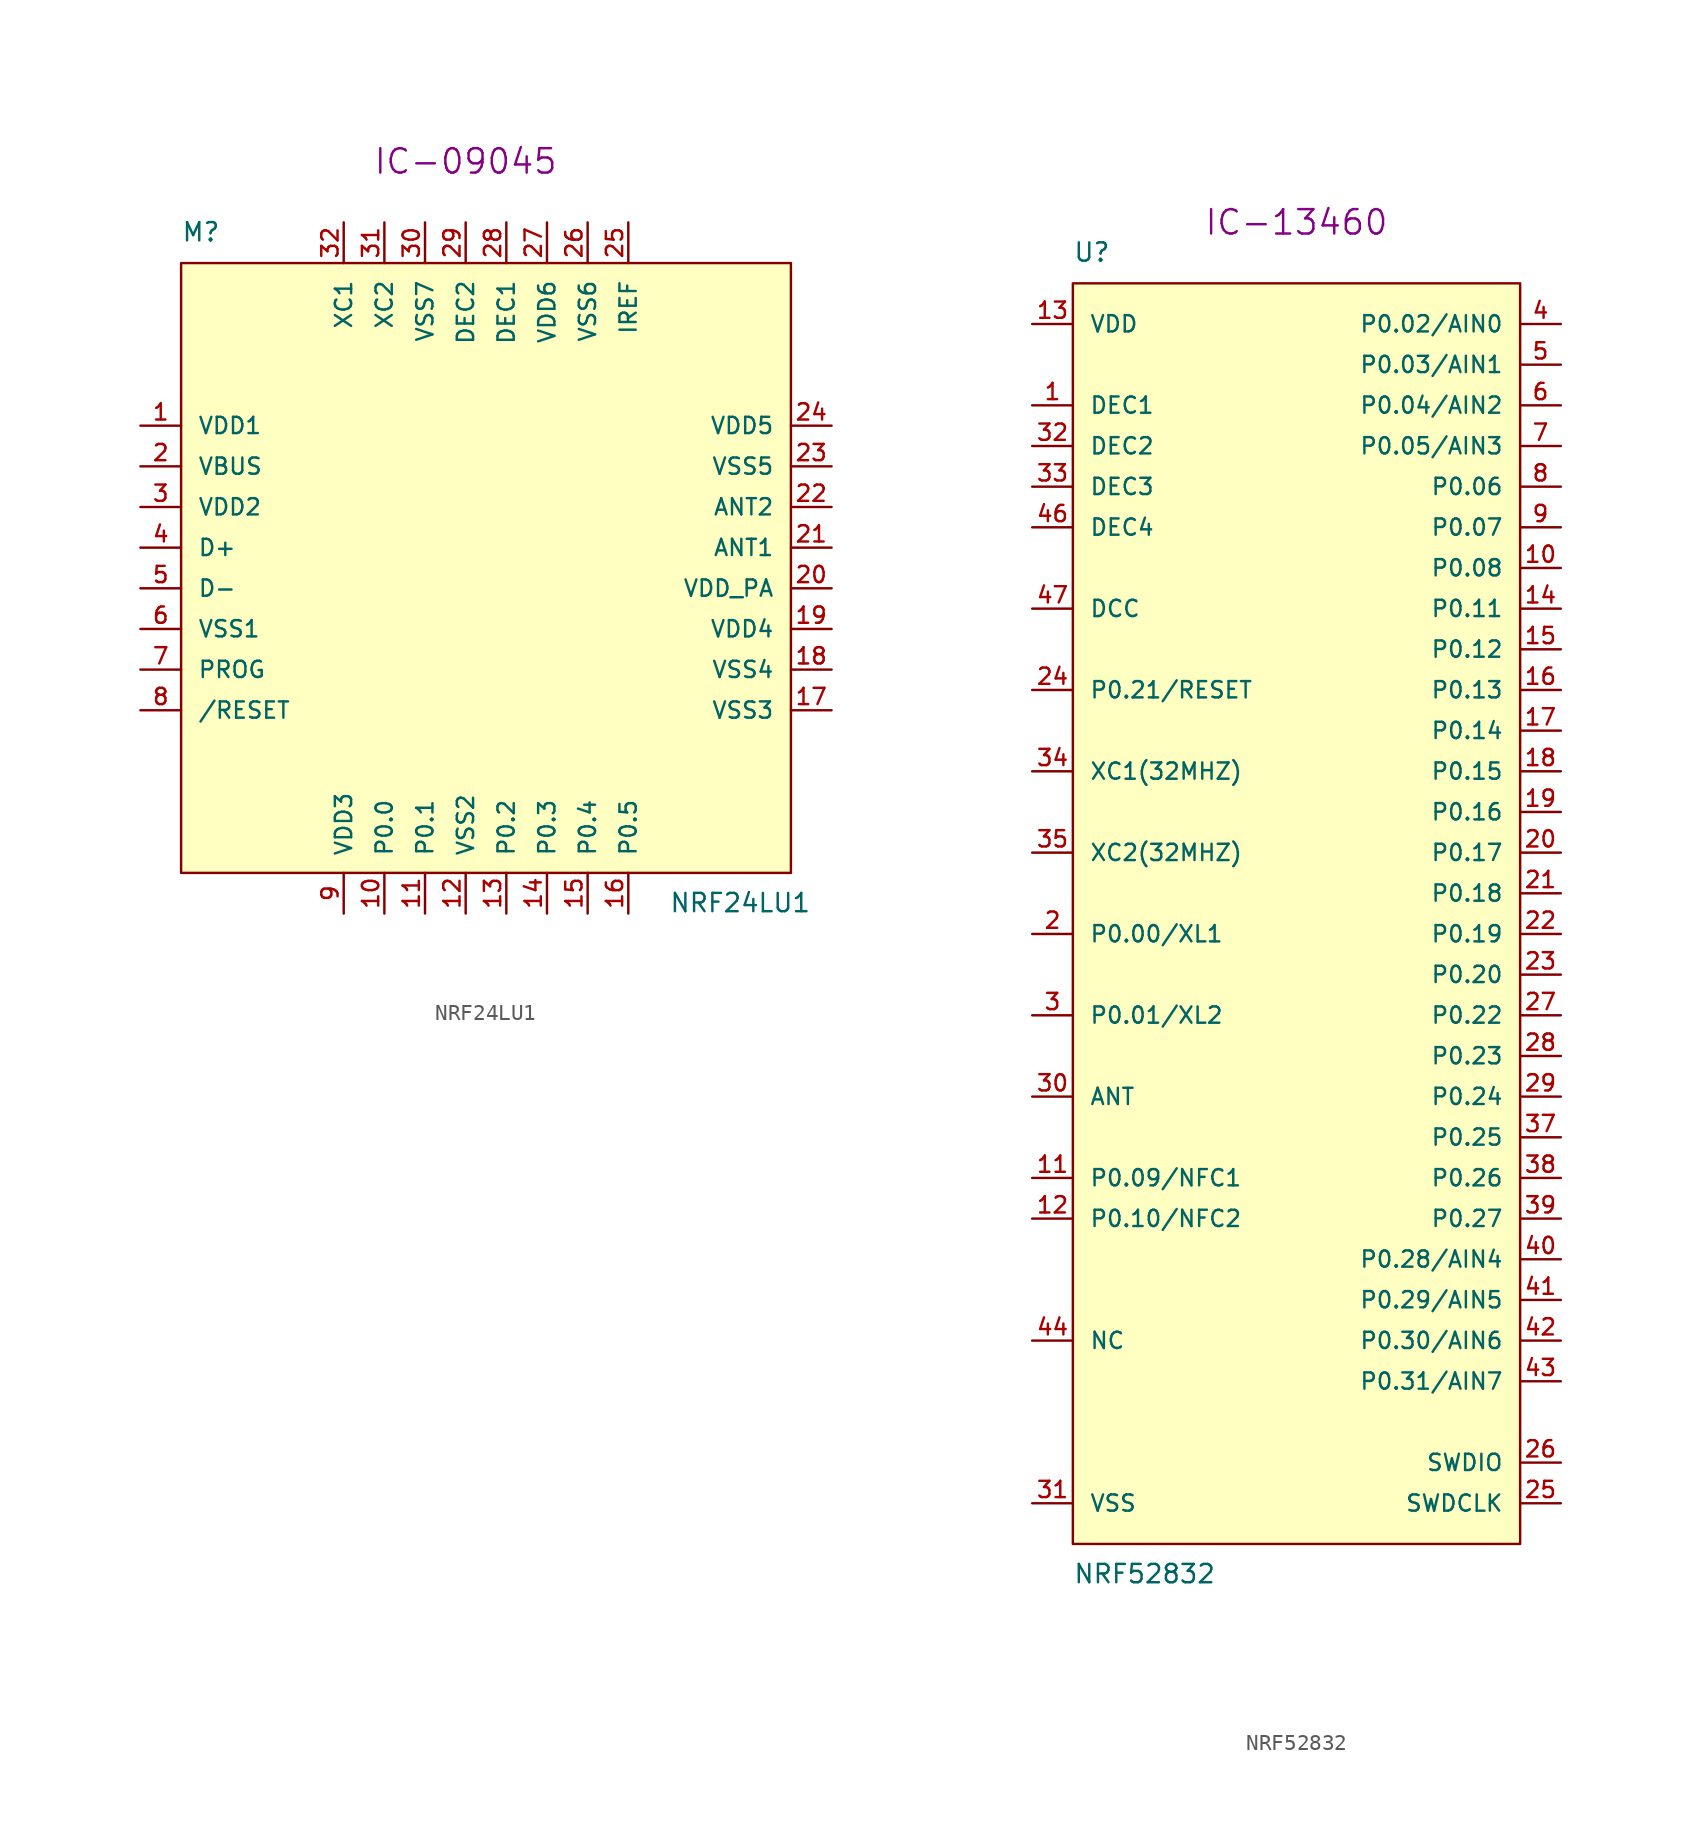
<source format=kicad_sym>
(kicad_symbol_lib
  (version 20220914)
  (generator kicad_symbol_editor)
  (symbol "NRF24LU1"
    (pin_names
      (offset 1.016))
    (property "Reference" "M"
      (at -17.78 21.59 0)
      (effects (font (size 1.143 1.143)) (justify left bottom)))
    (property "Value" "NRF24LU1"
      (at 12.7 -20.32 0)
      (effects (font (size 1.143 1.143)) (justify left bottom)))
    (property "Field4" "IC-09045"
      (at 0 26.67 0)
      (effects (font (size 1.524 1.524))))
    (property "ki_locked" ""
      (at 0 0 0)
      (effects (font (size 1.27 1.27))))
    (symbol "NRF24LU1_1_0"
      (rectangle (start -17.78 20.32) (end 20.32 -17.78) (stroke (width 0) (type solid)) (fill (type background))))
    (symbol "NRF24LU1_1_1"
      (pin bidirectional line (at -20.32 10.16 0) (length 2.54) (name "VDD1" (effects (font (size 1.016 1.016)))) (number "1" (effects (font (size 1.016 1.016)))))
      (pin bidirectional line (at -5.08 -20.32 90) (length 2.54) (name "P0.0" (effects (font (size 1.016 1.016)))) (number "10" (effects (font (size 1.016 1.016)))))
      (pin bidirectional line (at -2.54 -20.32 90) (length 2.54) (name "P0.1" (effects (font (size 1.016 1.016)))) (number "11" (effects (font (size 1.016 1.016)))))
      (pin bidirectional line (at 0 -20.32 90) (length 2.54) (name "VSS2" (effects (font (size 1.016 1.016)))) (number "12" (effects (font (size 1.016 1.016)))))
      (pin bidirectional line (at 2.54 -20.32 90) (length 2.54) (name "P0.2" (effects (font (size 1.016 1.016)))) (number "13" (effects (font (size 1.016 1.016)))))
      (pin bidirectional line (at 5.08 -20.32 90) (length 2.54) (name "P0.3" (effects (font (size 1.016 1.016)))) (number "14" (effects (font (size 1.016 1.016)))))
      (pin bidirectional line (at 7.62 -20.32 90) (length 2.54) (name "P0.4" (effects (font (size 1.016 1.016)))) (number "15" (effects (font (size 1.016 1.016)))))
      (pin bidirectional line (at 10.16 -20.32 90) (length 2.54) (name "P0.5" (effects (font (size 1.016 1.016)))) (number "16" (effects (font (size 1.016 1.016)))))
      (pin bidirectional line (at 22.86 -7.62 180) (length 2.54) (name "VSS3" (effects (font (size 1.016 1.016)))) (number "17" (effects (font (size 1.016 1.016)))))
      (pin bidirectional line (at 22.86 -5.08 180) (length 2.54) (name "VSS4" (effects (font (size 1.016 1.016)))) (number "18" (effects (font (size 1.016 1.016)))))
      (pin bidirectional line (at 22.86 -2.54 180) (length 2.54) (name "VDD4" (effects (font (size 1.016 1.016)))) (number "19" (effects (font (size 1.016 1.016)))))
      (pin bidirectional line (at -20.32 7.62 0) (length 2.54) (name "VBUS" (effects (font (size 1.016 1.016)))) (number "2" (effects (font (size 1.016 1.016)))))
      (pin bidirectional line (at 22.86 0 180) (length 2.54) (name "VDD_PA" (effects (font (size 1.016 1.016)))) (number "20" (effects (font (size 1.016 1.016)))))
      (pin bidirectional line (at 22.86 2.54 180) (length 2.54) (name "ANT1" (effects (font (size 1.016 1.016)))) (number "21" (effects (font (size 1.016 1.016)))))
      (pin bidirectional line (at 22.86 5.08 180) (length 2.54) (name "ANT2" (effects (font (size 1.016 1.016)))) (number "22" (effects (font (size 1.016 1.016)))))
      (pin bidirectional line (at 22.86 7.62 180) (length 2.54) (name "VSS5" (effects (font (size 1.016 1.016)))) (number "23" (effects (font (size 1.016 1.016)))))
      (pin bidirectional line (at 22.86 10.16 180) (length 2.54) (name "VDD5" (effects (font (size 1.016 1.016)))) (number "24" (effects (font (size 1.016 1.016)))))
      (pin bidirectional line (at 10.16 22.86 270) (length 2.54) (name "IREF" (effects (font (size 1.016 1.016)))) (number "25" (effects (font (size 1.016 1.016)))))
      (pin bidirectional line (at 7.62 22.86 270) (length 2.54) (name "VSS6" (effects (font (size 1.016 1.016)))) (number "26" (effects (font (size 1.016 1.016)))))
      (pin bidirectional line (at 5.08 22.86 270) (length 2.54) (name "VDD6" (effects (font (size 1.016 1.016)))) (number "27" (effects (font (size 1.016 1.016)))))
      (pin bidirectional line (at 2.54 22.86 270) (length 2.54) (name "DEC1" (effects (font (size 1.016 1.016)))) (number "28" (effects (font (size 1.016 1.016)))))
      (pin bidirectional line (at 0 22.86 270) (length 2.54) (name "DEC2" (effects (font (size 1.016 1.016)))) (number "29" (effects (font (size 1.016 1.016)))))
      (pin bidirectional line (at -20.32 5.08 0) (length 2.54) (name "VDD2" (effects (font (size 1.016 1.016)))) (number "3" (effects (font (size 1.016 1.016)))))
      (pin bidirectional line (at -2.54 22.86 270) (length 2.54) (name "VSS7" (effects (font (size 1.016 1.016)))) (number "30" (effects (font (size 1.016 1.016)))))
      (pin bidirectional line (at -5.08 22.86 270) (length 2.54) (name "XC2" (effects (font (size 1.016 1.016)))) (number "31" (effects (font (size 1.016 1.016)))))
      (pin bidirectional line (at -7.62 22.86 270) (length 2.54) (name "XC1" (effects (font (size 1.016 1.016)))) (number "32" (effects (font (size 1.016 1.016)))))
      (pin bidirectional line (at -20.32 2.54 0) (length 2.54) (name "D+" (effects (font (size 1.016 1.016)))) (number "4" (effects (font (size 1.016 1.016)))))
      (pin bidirectional line (at -20.32 0 0) (length 2.54) (name "D-" (effects (font (size 1.016 1.016)))) (number "5" (effects (font (size 1.016 1.016)))))
      (pin bidirectional line (at -20.32 -2.54 0) (length 2.54) (name "VSS1" (effects (font (size 1.016 1.016)))) (number "6" (effects (font (size 1.016 1.016)))))
      (pin bidirectional line (at -20.32 -5.08 0) (length 2.54) (name "PROG" (effects (font (size 1.016 1.016)))) (number "7" (effects (font (size 1.016 1.016)))))
      (pin bidirectional line (at -20.32 -7.62 0) (length 2.54) (name "/RESET" (effects (font (size 1.016 1.016)))) (number "8" (effects (font (size 1.016 1.016)))))
      (pin bidirectional line (at -7.62 -20.32 90) (length 2.54) (name "VDD3" (effects (font (size 1.016 1.016)))) (number "9" (effects (font (size 1.016 1.016)))))))
  (symbol "NRF52832"
    (pin_names
      (offset 1.016))
    (property "Reference" "U"
      (at -13.97 39.37 0)
      (effects (font (size 1.143 1.143)) (justify left bottom)))
    (property "Value" "NRF52832"
      (at -13.97 -43.18 0)
      (effects (font (size 1.143 1.143)) (justify left bottom)))
    (property "Field4" "IC-13460"
      (at 0 41.91 0)
      (effects (font (size 1.524 1.524))))
    (property "ki_locked" ""
      (at 0 0 0)
      (effects (font (size 1.27 1.27))))
    (symbol "NRF52832_1_1"
      (polyline (pts (xy -13.97 38.1) (xy 13.97 38.1) (xy 13.97 -40.64) (xy -13.97 -40.64) (xy -13.97 38.1)) (stroke (width 0) (type solid)) (fill (type background)))
      (pin bidirectional line (at -16.51 30.48 0) (length 2.54) (name "DEC1" (effects (font (size 1.016 1.016)))) (number "1" (effects (font (size 1.016 1.016)))))
      (pin bidirectional line (at 16.51 20.32 180) (length 2.54) (name "P0.08" (effects (font (size 1.016 1.016)))) (number "10" (effects (font (size 1.016 1.016)))))
      (pin bidirectional line (at -16.51 -17.78 0) (length 2.54) (name "P0.09/NFC1" (effects (font (size 1.016 1.016)))) (number "11" (effects (font (size 1.016 1.016)))))
      (pin bidirectional line (at -16.51 -20.32 0) (length 2.54) (name "P0.10/NFC2" (effects (font (size 1.016 1.016)))) (number "12" (effects (font (size 1.016 1.016)))))
      (pin bidirectional line (at -16.51 35.56 0) (length 2.54) (name "VDD" (effects (font (size 1.016 1.016)))) (number "13" (effects (font (size 1.016 1.016)))))
      (pin bidirectional line (at 16.51 17.78 180) (length 2.54) (name "P0.11" (effects (font (size 1.016 1.016)))) (number "14" (effects (font (size 1.016 1.016)))))
      (pin bidirectional line (at 16.51 15.24 180) (length 2.54) (name "P0.12" (effects (font (size 1.016 1.016)))) (number "15" (effects (font (size 1.016 1.016)))))
      (pin bidirectional line (at 16.51 12.7 180) (length 2.54) (name "P0.13" (effects (font (size 1.016 1.016)))) (number "16" (effects (font (size 1.016 1.016)))))
      (pin bidirectional line (at 16.51 10.16 180) (length 2.54) (name "P0.14" (effects (font (size 1.016 1.016)))) (number "17" (effects (font (size 1.016 1.016)))))
      (pin bidirectional line (at 16.51 7.62 180) (length 2.54) (name "P0.15" (effects (font (size 1.016 1.016)))) (number "18" (effects (font (size 1.016 1.016)))))
      (pin bidirectional line (at 16.51 5.08 180) (length 2.54) (name "P0.16" (effects (font (size 1.016 1.016)))) (number "19" (effects (font (size 1.016 1.016)))))
      (pin bidirectional line (at -16.51 -2.54 0) (length 2.54) (name "P0.00/XL1" (effects (font (size 1.016 1.016)))) (number "2" (effects (font (size 1.016 1.016)))))
      (pin bidirectional line (at 16.51 2.54 180) (length 2.54) (name "P0.17" (effects (font (size 1.016 1.016)))) (number "20" (effects (font (size 1.016 1.016)))))
      (pin bidirectional line (at 16.51 0 180) (length 2.54) (name "P0.18" (effects (font (size 1.016 1.016)))) (number "21" (effects (font (size 1.016 1.016)))))
      (pin bidirectional line (at 16.51 -2.54 180) (length 2.54) (name "P0.19" (effects (font (size 1.016 1.016)))) (number "22" (effects (font (size 1.016 1.016)))))
      (pin bidirectional line (at 16.51 -5.08 180) (length 2.54) (name "P0.20" (effects (font (size 1.016 1.016)))) (number "23" (effects (font (size 1.016 1.016)))))
      (pin bidirectional line (at -16.51 12.7 0) (length 2.54) (name "P0.21/RESET" (effects (font (size 1.016 1.016)))) (number "24" (effects (font (size 1.016 1.016)))))
      (pin bidirectional line (at 16.51 -38.1 180) (length 2.54) (name "SWDCLK" (effects (font (size 1.016 1.016)))) (number "25" (effects (font (size 1.016 1.016)))))
      (pin bidirectional line (at 16.51 -35.56 180) (length 2.54) (name "SWDIO" (effects (font (size 1.016 1.016)))) (number "26" (effects (font (size 1.016 1.016)))))
      (pin bidirectional line (at 16.51 -7.62 180) (length 2.54) (name "P0.22" (effects (font (size 1.016 1.016)))) (number "27" (effects (font (size 1.016 1.016)))))
      (pin bidirectional line (at 16.51 -10.16 180) (length 2.54) (name "P0.23" (effects (font (size 1.016 1.016)))) (number "28" (effects (font (size 1.016 1.016)))))
      (pin bidirectional line (at 16.51 -12.7 180) (length 2.54) (name "P0.24" (effects (font (size 1.016 1.016)))) (number "29" (effects (font (size 1.016 1.016)))))
      (pin bidirectional line (at -16.51 -7.62 0) (length 2.54) (name "P0.01/XL2" (effects (font (size 1.016 1.016)))) (number "3" (effects (font (size 1.016 1.016)))))
      (pin bidirectional line (at -16.51 -12.7 0) (length 2.54) (name "ANT" (effects (font (size 1.016 1.016)))) (number "30" (effects (font (size 1.016 1.016)))))
      (pin bidirectional line (at -16.51 -38.1 0) (length 2.54) (name "VSS" (effects (font (size 1.016 1.016)))) (number "31" (effects (font (size 1.016 1.016)))))
      (pin bidirectional line (at -16.51 27.94 0) (length 2.54) (name "DEC2" (effects (font (size 1.016 1.016)))) (number "32" (effects (font (size 1.016 1.016)))))
      (pin bidirectional line (at -16.51 25.4 0) (length 2.54) (name "DEC3" (effects (font (size 1.016 1.016)))) (number "33" (effects (font (size 1.016 1.016)))))
      (pin bidirectional line (at -16.51 7.62 0) (length 2.54) (name "XC1(32MHZ)" (effects (font (size 1.016 1.016)))) (number "34" (effects (font (size 1.016 1.016)))))
      (pin bidirectional line (at -16.51 2.54 0) (length 2.54) (name "XC2(32MHZ)" (effects (font (size 1.016 1.016)))) (number "35" (effects (font (size 1.016 1.016)))))
      (pin bidirectional line (at -16.51 35.56 0) (length 2.54) hide (name "VDD" (effects (font (size 1.016 1.016)))) (number "36" (effects (font (size 1.016 1.016)))))
      (pin bidirectional line (at 16.51 -15.24 180) (length 2.54) (name "P0.25" (effects (font (size 1.016 1.016)))) (number "37" (effects (font (size 1.016 1.016)))))
      (pin bidirectional line (at 16.51 -17.78 180) (length 2.54) (name "P0.26" (effects (font (size 1.016 1.016)))) (number "38" (effects (font (size 1.016 1.016)))))
      (pin bidirectional line (at 16.51 -20.32 180) (length 2.54) (name "P0.27" (effects (font (size 1.016 1.016)))) (number "39" (effects (font (size 1.016 1.016)))))
      (pin bidirectional line (at 16.51 35.56 180) (length 2.54) (name "P0.02/AIN0" (effects (font (size 1.016 1.016)))) (number "4" (effects (font (size 1.016 1.016)))))
      (pin bidirectional line (at 16.51 -22.86 180) (length 2.54) (name "P0.28/AIN4" (effects (font (size 1.016 1.016)))) (number "40" (effects (font (size 1.016 1.016)))))
      (pin bidirectional line (at 16.51 -25.4 180) (length 2.54) (name "P0.29/AIN5" (effects (font (size 1.016 1.016)))) (number "41" (effects (font (size 1.016 1.016)))))
      (pin bidirectional line (at 16.51 -27.94 180) (length 2.54) (name "P0.30/AIN6" (effects (font (size 1.016 1.016)))) (number "42" (effects (font (size 1.016 1.016)))))
      (pin bidirectional line (at 16.51 -30.48 180) (length 2.54) (name "P0.31/AIN7" (effects (font (size 1.016 1.016)))) (number "43" (effects (font (size 1.016 1.016)))))
      (pin bidirectional line (at -16.51 -27.94 0) (length 2.54) (name "NC" (effects (font (size 1.016 1.016)))) (number "44" (effects (font (size 1.016 1.016)))))
      (pin bidirectional line (at -16.51 -38.1 0) (length 2.54) hide (name "VSS" (effects (font (size 1.016 1.016)))) (number "45" (effects (font (size 1.016 1.016)))))
      (pin bidirectional line (at -16.51 22.86 0) (length 2.54) (name "DEC4" (effects (font (size 1.016 1.016)))) (number "46" (effects (font (size 1.016 1.016)))))
      (pin bidirectional line (at -16.51 17.78 0) (length 2.54) (name "DCC" (effects (font (size 1.016 1.016)))) (number "47" (effects (font (size 1.016 1.016)))))
      (pin bidirectional line (at -16.51 35.56 0) (length 2.54) hide (name "VDD" (effects (font (size 1.016 1.016)))) (number "48" (effects (font (size 1.016 1.016)))))
      (pin bidirectional line (at 16.51 33.02 180) (length 2.54) (name "P0.03/AIN1" (effects (font (size 1.016 1.016)))) (number "5" (effects (font (size 1.016 1.016)))))
      (pin bidirectional line (at 16.51 30.48 180) (length 2.54) (name "P0.04/AIN2" (effects (font (size 1.016 1.016)))) (number "6" (effects (font (size 1.016 1.016)))))
      (pin bidirectional line (at 16.51 27.94 180) (length 2.54) (name "P0.05/AIN3" (effects (font (size 1.016 1.016)))) (number "7" (effects (font (size 1.016 1.016)))))
      (pin bidirectional line (at 16.51 25.4 180) (length 2.54) (name "P0.06" (effects (font (size 1.016 1.016)))) (number "8" (effects (font (size 1.016 1.016)))))
      (pin bidirectional line (at 16.51 22.86 180) (length 2.54) (name "P0.07" (effects (font (size 1.016 1.016)))) (number "9" (effects (font (size 1.016 1.016)))))
      (pin bidirectional line (at -16.51 -38.1 0) (length 2.54) hide (name "VSS" (effects (font (size 1.016 1.016)))) (number "EP" (effects (font (size 1.016 1.016))))))))
</source>
